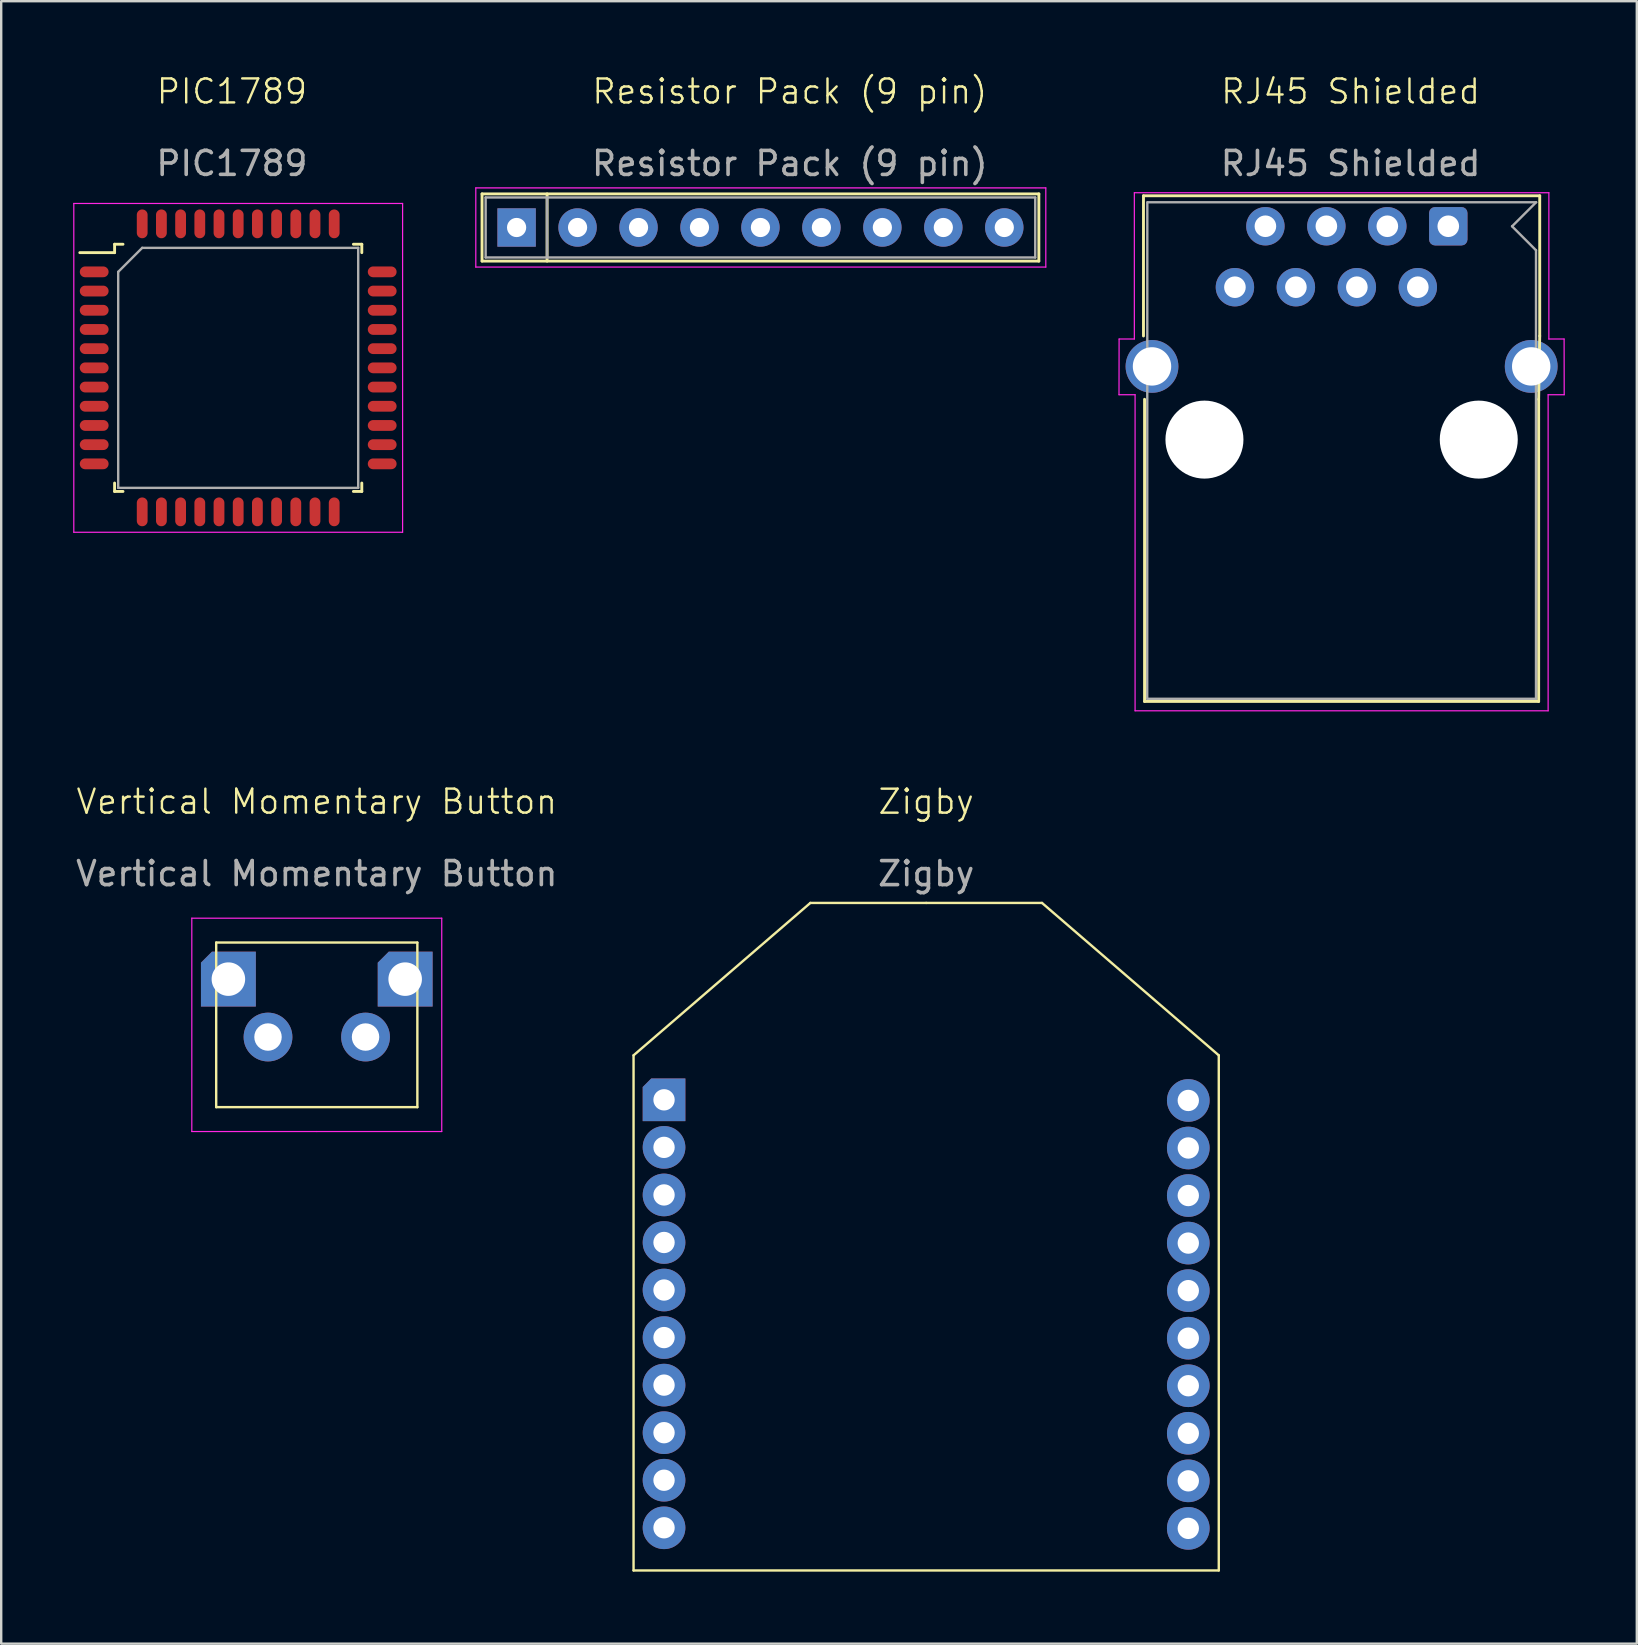
<source format=kicad_pcb>
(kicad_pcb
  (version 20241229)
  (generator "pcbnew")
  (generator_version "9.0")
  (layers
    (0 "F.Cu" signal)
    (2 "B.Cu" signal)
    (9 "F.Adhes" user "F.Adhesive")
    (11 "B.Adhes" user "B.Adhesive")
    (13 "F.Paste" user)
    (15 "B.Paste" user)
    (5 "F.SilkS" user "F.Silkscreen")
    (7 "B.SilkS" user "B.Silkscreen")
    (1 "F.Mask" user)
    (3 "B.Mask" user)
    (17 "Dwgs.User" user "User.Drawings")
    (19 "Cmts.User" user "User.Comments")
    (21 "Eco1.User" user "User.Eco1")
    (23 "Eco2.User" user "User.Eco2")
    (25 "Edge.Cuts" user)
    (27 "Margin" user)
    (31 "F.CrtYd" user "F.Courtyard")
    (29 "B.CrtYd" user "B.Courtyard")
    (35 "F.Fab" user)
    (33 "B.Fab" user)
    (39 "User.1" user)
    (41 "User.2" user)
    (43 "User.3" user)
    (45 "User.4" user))
  (footprint "PIC1789"
    (layer "F.Cu")
    (at 6.613 12.447)
    (property "Reference" "PIC1789" (at 0 -11.687 0) (unlocked yes) (layer "F.SilkS") (effects (font (size 1 1) (thickness 0.1))))
    (attr smd)
    (fp_line (start -4.888 -5.32) (end -4.888 -4.97) (stroke (width 0.12) (type default)) (layer "F.SilkS"))
    (fp_line (start -4.888 -4.97) (end -6.338 -4.97) (stroke (width 0.12) (type default)) (layer "F.SilkS"))
    (fp_line (start -4.888 4.98) (end -4.888 4.63) (stroke (width 0.12) (type default)) (layer "F.SilkS"))
    (fp_line (start -4.538 -5.32) (end -4.888 -5.32) (stroke (width 0.12) (type default)) (layer "F.SilkS"))
    (fp_line (start -4.538 4.98) (end -4.888 4.98) (stroke (width 0.12) (type default)) (layer "F.SilkS"))
    (fp_line (start 5.062 -5.32) (end 5.412 -5.32) (stroke (width 0.12) (type default)) (layer "F.SilkS"))
    (fp_line (start 5.062 4.98) (end 5.412 4.98) (stroke (width 0.12) (type default)) (layer "F.SilkS"))
    (fp_line (start 5.412 -5.32) (end 5.412 -4.97) (stroke (width 0.12) (type default)) (layer "F.SilkS"))
    (fp_line (start 5.412 4.98) (end 5.412 4.63) (stroke (width 0.12) (type default)) (layer "F.SilkS"))
    (fp_line (start -6.588 -7.02) (end 7.112 -7.02) (stroke (width 0.05) (type default)) (layer "F.CrtYd"))
    (fp_line (start -6.588 6.68) (end -6.588 -7.02) (stroke (width 0.05) (type default)) (layer "F.CrtYd"))
    (fp_line (start 7.112 -7.02) (end 7.112 6.68) (stroke (width 0.05) (type default)) (layer "F.CrtYd"))
    (fp_line (start 7.112 6.68) (end -6.588 6.68) (stroke (width 0.05) (type default)) (layer "F.CrtYd"))
    (fp_line (start -4.738 -4.17) (end -4.738 4.83) (stroke (width 0.1) (type default)) (layer "F.Fab"))
    (fp_line (start -4.738 4.83) (end 5.262 4.83) (stroke (width 0.1) (type default)) (layer "F.Fab"))
    (fp_line (start -3.738 -5.17) (end -4.738 -4.17) (stroke (width 0.1) (type default)) (layer "F.Fab"))
    (fp_line (start 5.262 -5.17) (end -3.738 -5.17) (stroke (width 0.1) (type default)) (layer "F.Fab"))
    (fp_line (start 5.262 4.83) (end 5.262 -5.17) (stroke (width 0.1) (type default)) (layer "F.Fab"))
    (fp_text user "${REFERENCE}" (at 0 -8.687 0) (unlocked yes) (layer "F.Fab") (effects (font (size 1 1) (thickness 0.15))))
    (pad "1" smd oval (at -5.738 -4.17 90) (size 0.45 1.2) (layers "F.Cu" "F.Mask" "F.Paste"))
    (pad "2" smd oval (at -5.738 -3.37 90) (size 0.45 1.2) (layers "F.Cu" "F.Mask" "F.Paste"))
    (pad "3" smd oval (at -5.738 -2.57 90) (size 0.45 1.2) (layers "F.Cu" "F.Mask" "F.Paste"))
    (pad "4" smd oval (at -5.738 -1.77 90) (size 0.45 1.2) (layers "F.Cu" "F.Mask" "F.Paste"))
    (pad "5" smd oval (at -5.738 -0.97 90) (size 0.45 1.2) (layers "F.Cu" "F.Mask" "F.Paste"))
    (pad "6" smd oval (at -5.738 -0.17 90) (size 0.45 1.2) (layers "F.Cu" "F.Mask" "F.Paste"))
    (pad "7" smd oval (at -5.738 0.63 90) (size 0.45 1.2) (layers "F.Cu" "F.Mask" "F.Paste"))
    (pad "8" smd oval (at -5.738 1.43 90) (size 0.45 1.2) (layers "F.Cu" "F.Mask" "F.Paste"))
    (pad "9" smd oval (at -5.738 2.23 90) (size 0.45 1.2) (layers "F.Cu" "F.Mask" "F.Paste"))
    (pad "10" smd oval (at -5.738 3.03 90) (size 0.45 1.2) (layers "F.Cu" "F.Mask" "F.Paste"))
    (pad "11" smd oval (at -5.738 3.83 90) (size 0.45 1.2) (layers "F.Cu" "F.Mask" "F.Paste"))
    (pad "12" smd oval (at -3.738 5.83) (size 0.45 1.2) (layers "F.Cu" "F.Mask" "F.Paste"))
    (pad "13" smd oval (at -2.938 5.83) (size 0.45 1.2) (layers "F.Cu" "F.Mask" "F.Paste"))
    (pad "14" smd oval (at -2.138 5.83) (size 0.45 1.2) (layers "F.Cu" "F.Mask" "F.Paste"))
    (pad "15" smd oval (at -1.338 5.83) (size 0.45 1.2) (layers "F.Cu" "F.Mask" "F.Paste"))
    (pad "16" smd oval (at -0.538 5.83) (size 0.45 1.2) (layers "F.Cu" "F.Mask" "F.Paste"))
    (pad "17" smd oval (at 0.262 5.83) (size 0.45 1.2) (layers "F.Cu" "F.Mask" "F.Paste"))
    (pad "18" smd oval (at 1.062 5.83) (size 0.45 1.2) (layers "F.Cu" "F.Mask" "F.Paste"))
    (pad "19" smd oval (at 1.862 5.83) (size 0.45 1.2) (layers "F.Cu" "F.Mask" "F.Paste"))
    (pad "20" smd oval (at 2.662 5.83) (size 0.45 1.2) (layers "F.Cu" "F.Mask" "F.Paste"))
    (pad "21" smd oval (at 3.462 5.83) (size 0.45 1.2) (layers "F.Cu" "F.Mask" "F.Paste"))
    (pad "22" smd oval (at 4.262 5.83) (size 0.45 1.2) (layers "F.Cu" "F.Mask" "F.Paste"))
    (pad "23" smd oval (at 6.262 3.83 90) (size 0.45 1.2) (layers "F.Cu" "F.Mask" "F.Paste"))
    (pad "24" smd oval (at 6.262 3.03 90) (size 0.45 1.2) (layers "F.Cu" "F.Mask" "F.Paste"))
    (pad "25" smd oval (at 6.262 2.23 90) (size 0.45 1.2) (layers "F.Cu" "F.Mask" "F.Paste"))
    (pad "26" smd oval (at 6.262 1.43 90) (size 0.45 1.2) (layers "F.Cu" "F.Mask" "F.Paste"))
    (pad "27" smd oval (at 6.262 0.63 90) (size 0.45 1.2) (layers "F.Cu" "F.Mask" "F.Paste"))
    (pad "28" smd oval (at 6.262 -0.17 90) (size 0.45 1.2) (layers "F.Cu" "F.Mask" "F.Paste"))
    (pad "29" smd oval (at 6.262 -0.97 90) (size 0.45 1.2) (layers "F.Cu" "F.Mask" "F.Paste"))
    (pad "30" smd oval (at 6.262 -1.77 90) (size 0.45 1.2) (layers "F.Cu" "F.Mask" "F.Paste"))
    (pad "31" smd oval (at 6.262 -2.57 90) (size 0.45 1.2) (layers "F.Cu" "F.Mask" "F.Paste"))
    (pad "32" smd oval (at 6.262 -3.37 90) (size 0.45 1.2) (layers "F.Cu" "F.Mask" "F.Paste"))
    (pad "33" smd oval (at 6.262 -4.17 90) (size 0.45 1.2) (layers "F.Cu" "F.Mask" "F.Paste"))
    (pad "34" smd oval (at 4.262 -6.17) (size 0.45 1.2) (layers "F.Cu" "F.Mask" "F.Paste"))
    (pad "35" smd oval (at 3.462 -6.17) (size 0.45 1.2) (layers "F.Cu" "F.Mask" "F.Paste"))
    (pad "36" smd oval (at 2.662 -6.17) (size 0.45 1.2) (layers "F.Cu" "F.Mask" "F.Paste"))
    (pad "37" smd oval (at 1.862 -6.17) (size 0.45 1.2) (layers "F.Cu" "F.Mask" "F.Paste"))
    (pad "38" smd oval (at 1.062 -6.17) (size 0.45 1.2) (layers "F.Cu" "F.Mask" "F.Paste"))
    (pad "39" smd oval (at 0.262 -6.17) (size 0.45 1.2) (layers "F.Cu" "F.Mask" "F.Paste"))
    (pad "40" smd oval (at -0.538 -6.17) (size 0.45 1.2) (layers "F.Cu" "F.Mask" "F.Paste"))
    (pad "41" smd oval (at -1.338 -6.17) (size 0.45 1.2) (layers "F.Cu" "F.Mask" "F.Paste"))
    (pad "42" smd oval (at -2.138 -6.17) (size 0.45 1.2) (layers "F.Cu" "F.Mask" "F.Paste"))
    (pad "43" smd oval (at -2.938 -6.17) (size 0.45 1.2) (layers "F.Cu" "F.Mask" "F.Paste"))
    (pad "44" smd oval (at -3.738 -6.17) (size 0.45 1.2) (layers "F.Cu" "F.Mask" "F.Paste")))
  (footprint "RJ45 Shielded"
    (layer "F.Cu")
    (at 53.225 13.664)
    (property "Reference" "RJ45 Shielded" (at 0 -12.903 0) (unlocked yes) (layer "F.SilkS") (effects (font (size 1 1) (thickness 0.1))))
    (attr through_hole)
    (fp_line (start -8.63 -8.557) (end -8.63 -2.715) (stroke (width 0.12) (type solid)) (layer "F.SilkS"))
    (fp_line (start -8.585 -0.077) (end -8.585 12.513) (stroke (width 0.12) (type solid)) (layer "F.SilkS"))
    (fp_line (start -8.585 12.513) (end 7.835 12.513) (stroke (width 0.12) (type solid)) (layer "F.SilkS"))
    (fp_line (start 7.835 -0.077) (end 7.88 -2.715) (stroke (width 0.12) (type solid)) (layer "F.SilkS"))
    (fp_line (start 7.835 12.513) (end 7.835 -0.077) (stroke (width 0.12) (type solid)) (layer "F.SilkS"))
    (fp_line (start 7.88 -8.557) (end -8.63 -8.557) (stroke (width 0.12) (type solid)) (layer "F.SilkS"))
    (fp_line (start 7.88 -2.715) (end 7.88 -8.557) (stroke (width 0.12) (type solid)) (layer "F.SilkS"))
    (fp_line (start -9.646 -2.588) (end -9.65 -0.267) (stroke (width 0.05) (type solid)) (layer "F.CrtYd"))
    (fp_line (start -9.011 -8.684) (end -9.011 -2.588) (stroke (width 0.05) (type solid)) (layer "F.CrtYd"))
    (fp_line (start -9.011 -8.684) (end 8.261 -8.684) (stroke (width 0.05) (type solid)) (layer "F.CrtYd"))
    (fp_line (start -9.011 -2.588) (end -9.646 -2.588) (stroke (width 0.05) (type solid)) (layer "F.CrtYd"))
    (fp_line (start -8.98 -0.267) (end -9.65 -0.267) (stroke (width 0.05) (type solid)) (layer "F.CrtYd"))
    (fp_line (start -8.98 12.903) (end -8.98 -0.267) (stroke (width 0.05) (type solid)) (layer "F.CrtYd"))
    (fp_line (start -8.98 12.903) (end 8.23 12.903) (stroke (width 0.05) (type solid)) (layer "F.CrtYd"))
    (fp_line (start 8.23 12.903) (end 8.23 -0.267) (stroke (width 0.05) (type solid)) (layer "F.CrtYd"))
    (fp_line (start 8.261 -2.588) (end 8.261 -8.684) (stroke (width 0.05) (type solid)) (layer "F.CrtYd"))
    (fp_line (start 8.896 -2.588) (end 8.261 -2.588) (stroke (width 0.05) (type solid)) (layer "F.CrtYd"))
    (fp_line (start 8.9 -0.267) (end 8.23 -0.267) (stroke (width 0.05) (type solid)) (layer "F.CrtYd"))
    (fp_line (start 8.9 -0.267) (end 8.896 -2.588) (stroke (width 0.05) (type solid)) (layer "F.CrtYd"))
    (fp_line (start -8.475 12.403) (end -8.47 -8.287) (stroke (width 0.1) (type solid)) (layer "F.Fab"))
    (fp_line (start -8.475 12.403) (end 7.725 12.403) (stroke (width 0.1) (type solid)) (layer "F.Fab"))
    (fp_line (start 6.725 -7.287) (end 7.725 -6.287) (stroke (width 0.1) (type solid)) (layer "F.Fab"))
    (fp_line (start 6.73 -7.287) (end 7.73 -8.287) (stroke (width 0.1) (type solid)) (layer "F.Fab"))
    (fp_line (start 7.725 12.403) (end 7.725 -6.287) (stroke (width 0.1) (type solid)) (layer "F.Fab"))
    (fp_line (start 7.73 -8.287) (end -8.453 -8.287) (stroke (width 0.1) (type solid)) (layer "F.Fab"))
    (fp_text user "${REFERENCE}" (at 0 -9.903 0) (unlocked yes) (layer "F.Fab") (effects (font (size 1 1) (thickness 0.15))))
    (pad "" np_thru_hole circle (at -6.09 1.603) (size 3.25 3.25) (drill 3.25) (layers "*.Cu" "*.Mask"))
    (pad "" np_thru_hole circle (at 5.34 1.603) (size 3.25 3.25) (drill 3.25) (layers "*.Cu" "*.Mask"))
    (pad "1" thru_hole roundrect (at 4.07 -7.287) (size 1.6 1.6) (drill 0.9) (layers "*.Cu" "*.Mask") (roundrect_rratio 0.155))
    (pad "2" thru_hole circle (at 2.8 -4.747) (size 1.6 1.6) (drill 0.9) (layers "*.Cu" "*.Mask"))
    (pad "3" thru_hole circle (at 1.53 -7.287) (size 1.6 1.6) (drill 0.9) (layers "*.Cu" "*.Mask"))
    (pad "4" thru_hole circle (at 0.26 -4.747) (size 1.6 1.6) (drill 0.9) (layers "*.Cu" "*.Mask"))
    (pad "5" thru_hole circle (at -1.01 -7.287) (size 1.6 1.6) (drill 0.9) (layers "*.Cu" "*.Mask"))
    (pad "6" thru_hole circle (at -2.28 -4.747) (size 1.6 1.6) (drill 0.9) (layers "*.Cu" "*.Mask"))
    (pad "7" thru_hole circle (at -3.55 -7.287) (size 1.6 1.6) (drill 0.9) (layers "*.Cu" "*.Mask"))
    (pad "8" thru_hole circle (at -4.82 -4.747) (size 1.6 1.6) (drill 0.9) (layers "*.Cu" "*.Mask"))
    (pad "SH" thru_hole circle (at -8.275 -1.447) (size 2.2 2.2) (drill 1.6) (layers "*.Cu" "*.Mask"))
    (pad "SH" thru_hole circle (at 7.525 -1.447) (size 2.2 2.2) (drill 1.6) (layers "*.Cu" "*.Mask")))
  (footprint "Vertical Momentary Button"
    (layer "F.Cu")
    (at 10.174 39.423)
    (property "Reference" "Vertical Momentary Button" (at -0.025 -9.071 0) (unlocked yes) (layer "F.SilkS") (effects (font (size 1 1) (thickness 0.1))))
    (attr through_hole)
    (fp_line (start -4.216 -3.2) (end -4.216 3.658) (stroke (width 0.1) (type default)) (layer "F.SilkS"))
    (fp_line (start -4.216 -3.2) (end 4.166 -3.2) (stroke (width 0.1) (type default)) (layer "F.SilkS"))
    (fp_line (start -4.216 3.658) (end 4.166 3.658) (stroke (width 0.1) (type default)) (layer "F.SilkS"))
    (fp_line (start 4.166 -3.2) (end 4.166 3.658) (stroke (width 0.1) (type default)) (layer "F.SilkS"))
    (fp_line (start -5.232 -4.216) (end -5.232 4.674) (stroke (width 0.05) (type default)) (layer "F.CrtYd"))
    (fp_line (start -5.232 4.674) (end -0.025 4.674) (stroke (width 0.05) (type default)) (layer "F.CrtYd"))
    (fp_line (start -0.025 4.674) (end 5.182 4.674) (stroke (width 0.05) (type default)) (layer "F.CrtYd"))
    (fp_line (start 5.182 -4.216) (end -5.232 -4.216) (stroke (width 0.05) (type default)) (layer "F.CrtYd"))
    (fp_line (start 5.182 4.674) (end 5.182 -4.216) (stroke (width 0.05) (type default)) (layer "F.CrtYd"))
    (fp_text user "${REFERENCE}" (at -0.025 -6.071 0) (unlocked yes) (layer "F.Fab") (effects (font (size 1 1) (thickness 0.15))))
    (pad "1" thru_hole circle (at -2.057 0.737) (size 2.032 2.032) (drill 1.143) (layers "*.Cu" "*.Mask"))
    (pad "2" thru_hole circle (at 2.007 0.737) (size 2.032 2.032) (drill 1.143) (layers "*.Cu" "*.Mask"))
    (pad "3" thru_hole roundrect (at -3.708 -1.676) (size 2.286 2.286) (drill 1.397) (layers "*.Cu" "*.Mask") (roundrect_rratio 0) (chamfer_ratio 0.2) (chamfer top_left))
    (pad "3" thru_hole roundrect (at 3.658 -1.676) (size 2.286 2.286) (drill 1.397) (layers "*.Cu" "*.Mask") (roundrect_rratio 0) (chamfer_ratio 0.2) (chamfer top_left)))
  (footprint "Zigby"
    (layer "F.Cu")
    (at 35.54 42.827)
    (property "Reference" "Zigby" (at 0 -12.474 0) (unlocked yes) (layer "F.SilkS") (effects (font (size 1 1) (thickness 0.1))))
    (attr through_hole)
    (fp_line (start -12.192 -1.905) (end -12.192 19.558) (stroke (width 0.1) (type default)) (layer "F.SilkS"))
    (fp_line (start -12.192 19.558) (end 12.192 19.558) (stroke (width 0.1) (type default)) (layer "F.SilkS"))
    (fp_line (start -4.826 -8.255) (end -12.192 -1.905) (stroke (width 0.1) (type default)) (layer "F.SilkS"))
    (fp_line (start 0 -8.255) (end -4.826 -8.255) (stroke (width 0.1) (type default)) (layer "F.SilkS"))
    (fp_line (start 0 -8.255) (end 4.826 -8.255) (stroke (width 0.1) (type default)) (layer "F.SilkS"))
    (fp_line (start 12.192 -1.905) (end 4.826 -8.255) (stroke (width 0.1) (type default)) (layer "F.SilkS"))
    (fp_line (start 12.192 -1.905) (end 12.192 19.558) (stroke (width 0.1) (type default)) (layer "F.SilkS"))
    (fp_text user "${REFERENCE}" (at 0 -9.474 0) (unlocked yes) (layer "F.Fab") (effects (font (size 1 1) (thickness 0.15))))
    (pad "1" thru_hole roundrect (at -10.922 -0.051) (size 1.778 1.778) (drill 0.889) (layers "*.Cu" "*.Mask") (roundrect_rratio 0) (chamfer_ratio 0.2) (chamfer top_left))
    (pad "2" thru_hole circle (at -10.922 1.93) (size 1.778 1.778) (drill 0.889) (layers "*.Cu" "*.Mask"))
    (pad "3" thru_hole circle (at -10.922 3.912) (size 1.778 1.778) (drill 0.889) (layers "*.Cu" "*.Mask"))
    (pad "4" thru_hole circle (at -10.922 5.893) (size 1.778 1.778) (drill 0.889) (layers "*.Cu" "*.Mask"))
    (pad "5" thru_hole circle (at -10.922 7.874) (size 1.778 1.778) (drill 0.889) (layers "*.Cu" "*.Mask"))
    (pad "6" thru_hole circle (at -10.922 9.855) (size 1.778 1.778) (drill 0.889) (layers "*.Cu" "*.Mask"))
    (pad "7" thru_hole circle (at -10.922 11.836) (size 1.778 1.778) (drill 0.889) (layers "*.Cu" "*.Mask"))
    (pad "8" thru_hole circle (at -10.922 13.818) (size 1.778 1.778) (drill 0.889) (layers "*.Cu" "*.Mask"))
    (pad "9" thru_hole circle (at -10.922 15.799) (size 1.778 1.778) (drill 0.889) (layers "*.Cu" "*.Mask"))
    (pad "10" thru_hole circle (at -10.922 17.78) (size 1.778 1.778) (drill 0.889) (layers "*.Cu" "*.Mask"))
    (pad "11" thru_hole circle (at 10.922 17.805) (size 1.778 1.778) (drill 0.889) (layers "*.Cu" "*.Mask"))
    (pad "12" thru_hole circle (at 10.922 15.824) (size 1.778 1.778) (drill 0.889) (layers "*.Cu" "*.Mask"))
    (pad "13" thru_hole circle (at 10.922 13.843) (size 1.778 1.778) (drill 0.889) (layers "*.Cu" "*.Mask"))
    (pad "14" thru_hole circle (at 10.922 11.862) (size 1.778 1.778) (drill 0.889) (layers "*.Cu" "*.Mask"))
    (pad "15" thru_hole circle (at 10.922 9.881) (size 1.778 1.778) (drill 0.889) (layers "*.Cu" "*.Mask"))
    (pad "16" thru_hole circle (at 10.922 7.899) (size 1.778 1.778) (drill 0.889) (layers "*.Cu" "*.Mask"))
    (pad "17" thru_hole circle (at 10.922 5.918) (size 1.778 1.778) (drill 0.889) (layers "*.Cu" "*.Mask"))
    (pad "18" thru_hole circle (at 10.922 3.937) (size 1.778 1.778) (drill 0.889) (layers "*.Cu" "*.Mask"))
    (pad "19" thru_hole circle (at 10.922 1.956) (size 1.778 1.778) (drill 0.889) (layers "*.Cu" "*.Mask"))
    (pad "20" thru_hole circle (at 10.922 -0.025) (size 1.778 1.778) (drill 0.889) (layers "*.Cu" "*.Mask")))
  (footprint "Resistor Pack (9 pin)"
    (layer "F.Cu")
    (at 29.857 6.301)
    (property "Reference" "Resistor Pack (9 pin)" (at 0 -5.54 0) (unlocked yes) (layer "F.SilkS") (effects (font (size 1 1) (thickness 0.1))))
    (attr through_hole)
    (fp_line (start -12.822 -1.272) (end -12.822 1.528) (stroke (width 0.12) (type solid)) (layer "F.SilkS"))
    (fp_line (start -12.822 1.528) (end 10.378 1.528) (stroke (width 0.12) (type solid)) (layer "F.SilkS"))
    (fp_line (start -10.112 -1.272) (end -10.112 1.528) (stroke (width 0.12) (type solid)) (layer "F.SilkS"))
    (fp_line (start 10.378 -1.272) (end -12.822 -1.272) (stroke (width 0.12) (type solid)) (layer "F.SilkS"))
    (fp_line (start 10.378 1.528) (end 10.378 -1.272) (stroke (width 0.12) (type solid)) (layer "F.SilkS"))
    (fp_line (start -13.082 -1.522) (end -13.082 1.778) (stroke (width 0.05) (type solid)) (layer "F.CrtYd"))
    (fp_line (start -13.082 1.778) (end 10.668 1.778) (stroke (width 0.05) (type solid)) (layer "F.CrtYd"))
    (fp_line (start 10.668 -1.522) (end -13.082 -1.522) (stroke (width 0.05) (type solid)) (layer "F.CrtYd"))
    (fp_line (start 10.668 1.778) (end 10.668 -1.522) (stroke (width 0.05) (type solid)) (layer "F.CrtYd"))
    (fp_line (start -12.672 -1.122) (end -12.672 1.378) (stroke (width 0.1) (type solid)) (layer "F.Fab"))
    (fp_line (start -12.672 1.378) (end 10.228 1.378) (stroke (width 0.1) (type solid)) (layer "F.Fab"))
    (fp_line (start -10.112 -1.122) (end -10.112 1.378) (stroke (width 0.1) (type solid)) (layer "F.Fab"))
    (fp_line (start 10.228 -1.122) (end -12.672 -1.122) (stroke (width 0.1) (type solid)) (layer "F.Fab"))
    (fp_line (start 10.228 1.378) (end 10.228 -1.122) (stroke (width 0.1) (type solid)) (layer "F.Fab"))
    (fp_text user "${REFERENCE}" (at 0 -2.54 0) (unlocked yes) (layer "F.Fab") (effects (font (size 1 1) (thickness 0.15))))
    (pad "1" thru_hole rect (at -11.382 0.128) (size 1.6 1.6) (drill 0.8) (layers "*.Cu" "*.Mask"))
    (pad "2" thru_hole oval (at -8.842 0.128) (size 1.6 1.6) (drill 0.8) (layers "*.Cu" "*.Mask"))
    (pad "3" thru_hole oval (at -6.302 0.128) (size 1.6 1.6) (drill 0.8) (layers "*.Cu" "*.Mask"))
    (pad "4" thru_hole oval (at -3.762 0.128) (size 1.6 1.6) (drill 0.8) (layers "*.Cu" "*.Mask"))
    (pad "5" thru_hole oval (at -1.222 0.128) (size 1.6 1.6) (drill 0.8) (layers "*.Cu" "*.Mask"))
    (pad "6" thru_hole oval (at 1.318 0.128) (size 1.6 1.6) (drill 0.8) (layers "*.Cu" "*.Mask"))
    (pad "7" thru_hole oval (at 3.858 0.128) (size 1.6 1.6) (drill 0.8) (layers "*.Cu" "*.Mask"))
    (pad "8" thru_hole oval (at 6.398 0.128) (size 1.6 1.6) (drill 0.8) (layers "*.Cu" "*.Mask"))
    (pad "9" thru_hole oval (at 8.938 0.128) (size 1.6 1.6) (drill 0.8) (layers "*.Cu" "*.Mask")))
  (gr_rect
    (start -3 -3)
    (end 65.15 65.435)
    (stroke (width 0.1) (type default))
    (fill no)
    (layer "Edge.Cuts")))
</source>
